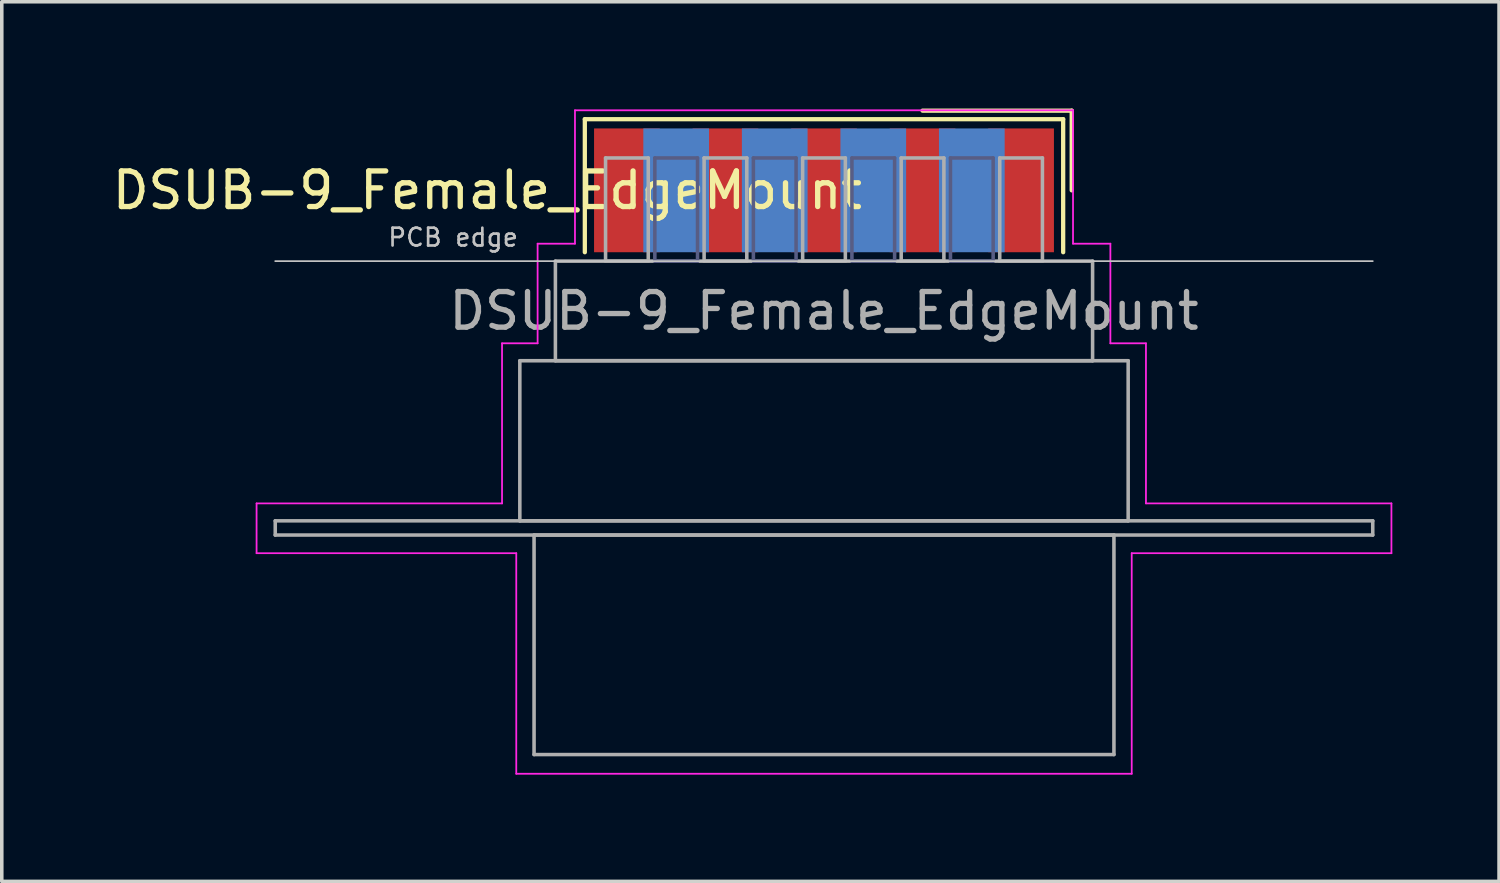
<source format=kicad_pcb>
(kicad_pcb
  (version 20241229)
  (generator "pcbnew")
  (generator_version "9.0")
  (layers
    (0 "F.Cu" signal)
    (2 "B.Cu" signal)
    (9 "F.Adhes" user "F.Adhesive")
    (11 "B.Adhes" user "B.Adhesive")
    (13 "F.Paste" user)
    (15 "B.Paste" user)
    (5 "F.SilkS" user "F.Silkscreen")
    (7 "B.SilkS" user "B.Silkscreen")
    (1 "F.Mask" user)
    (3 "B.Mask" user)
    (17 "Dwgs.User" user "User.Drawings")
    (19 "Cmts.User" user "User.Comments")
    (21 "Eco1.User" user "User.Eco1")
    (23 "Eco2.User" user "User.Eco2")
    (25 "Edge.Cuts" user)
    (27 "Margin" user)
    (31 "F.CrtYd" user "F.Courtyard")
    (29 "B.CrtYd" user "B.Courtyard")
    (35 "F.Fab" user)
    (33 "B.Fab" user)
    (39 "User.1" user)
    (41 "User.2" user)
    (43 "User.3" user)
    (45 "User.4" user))
  (footprint "DSUB-9_Female_EdgeMount"
    (layer "F.Cu")
    (at 20.112 2.3)
    (property "Reference" "DSUB-9_Female_EdgeMount" (at -9.463 0 0) (layer "F.SilkS") (effects (font (size 1 1) (thickness 0.15))))
    (attr smd)
    (fp_line (start -6.723 -2) (end -6.723 1.74) (stroke (width 0.12) (type solid)) (layer "F.SilkS"))
    (fp_line (start 6.723 -2) (end -6.723 -2) (stroke (width 0.12) (type solid)) (layer "F.SilkS"))
    (fp_line (start 6.723 1.74) (end 6.723 -2) (stroke (width 0.12) (type solid)) (layer "F.SilkS"))
    (fp_line (start 6.963 -2.24) (end 2.77 -2.24) (stroke (width 0.12) (type solid)) (layer "F.SilkS"))
    (fp_line (start 6.963 0) (end 6.963 -2.24) (stroke (width 0.12) (type solid)) (layer "F.SilkS"))
    (fp_line (start -15.425 1.99) (end 15.425 1.99) (stroke (width 0.05) (type solid)) (layer "Dwgs.User"))
    (fp_line (start -15.95 8.8) (end -9.05 8.8) (stroke (width 0.05) (type solid)) (layer "F.CrtYd"))
    (fp_line (start -15.95 10.2) (end -15.95 8.8) (stroke (width 0.05) (type solid)) (layer "F.CrtYd"))
    (fp_line (start -9.05 4.3) (end -8.05 4.3) (stroke (width 0.05) (type solid)) (layer "F.CrtYd"))
    (fp_line (start -9.05 8.8) (end -9.05 4.3) (stroke (width 0.05) (type solid)) (layer "F.CrtYd"))
    (fp_line (start -8.65 10.2) (end -15.95 10.2) (stroke (width 0.05) (type solid)) (layer "F.CrtYd"))
    (fp_line (start -8.65 16.4) (end -8.65 10.2) (stroke (width 0.05) (type solid)) (layer "F.CrtYd"))
    (fp_line (start -8.05 1.5) (end -7 1.5) (stroke (width 0.05) (type solid)) (layer "F.CrtYd"))
    (fp_line (start -8.05 4.3) (end -8.05 1.5) (stroke (width 0.05) (type solid)) (layer "F.CrtYd"))
    (fp_line (start -7 -2.25) (end 7 -2.25) (stroke (width 0.05) (type solid)) (layer "F.CrtYd"))
    (fp_line (start -7 1.5) (end -7 -2.25) (stroke (width 0.05) (type solid)) (layer "F.CrtYd"))
    (fp_line (start 7 -2.25) (end 7 1.5) (stroke (width 0.05) (type solid)) (layer "F.CrtYd"))
    (fp_line (start 7 1.5) (end 8.05 1.5) (stroke (width 0.05) (type solid)) (layer "F.CrtYd"))
    (fp_line (start 8.05 1.5) (end 8.05 4.3) (stroke (width 0.05) (type solid)) (layer "F.CrtYd"))
    (fp_line (start 8.05 4.3) (end 9.05 4.3) (stroke (width 0.05) (type solid)) (layer "F.CrtYd"))
    (fp_line (start 8.65 10.2) (end 8.65 16.4) (stroke (width 0.05) (type solid)) (layer "F.CrtYd"))
    (fp_line (start 8.65 16.4) (end -8.65 16.4) (stroke (width 0.05) (type solid)) (layer "F.CrtYd"))
    (fp_line (start 9.05 4.3) (end 9.05 8.8) (stroke (width 0.05) (type solid)) (layer "F.CrtYd"))
    (fp_line (start 9.05 8.8) (end 15.95 8.8) (stroke (width 0.05) (type solid)) (layer "F.CrtYd"))
    (fp_line (start 15.95 8.8) (end 15.95 10.2) (stroke (width 0.05) (type solid)) (layer "F.CrtYd"))
    (fp_line (start 15.95 10.2) (end 8.65 10.2) (stroke (width 0.05) (type solid)) (layer "F.CrtYd"))
    (fp_line (start -4.755 -0.91) (end -4.755 1.99) (stroke (width 0.1) (type solid)) (layer "B.Fab"))
    (fp_line (start -4.755 1.99) (end -3.555 1.99) (stroke (width 0.1) (type solid)) (layer "B.Fab"))
    (fp_line (start -3.555 -0.91) (end -4.755 -0.91) (stroke (width 0.1) (type solid)) (layer "B.Fab"))
    (fp_line (start -3.555 1.99) (end -3.555 -0.91) (stroke (width 0.1) (type solid)) (layer "B.Fab"))
    (fp_line (start -1.985 -0.91) (end -1.985 1.99) (stroke (width 0.1) (type solid)) (layer "B.Fab"))
    (fp_line (start -1.985 1.99) (end -0.785 1.99) (stroke (width 0.1) (type solid)) (layer "B.Fab"))
    (fp_line (start -0.785 -0.91) (end -1.985 -0.91) (stroke (width 0.1) (type solid)) (layer "B.Fab"))
    (fp_line (start -0.785 1.99) (end -0.785 -0.91) (stroke (width 0.1) (type solid)) (layer "B.Fab"))
    (fp_line (start 0.785 -0.91) (end 0.785 1.99) (stroke (width 0.1) (type solid)) (layer "B.Fab"))
    (fp_line (start 0.785 1.99) (end 1.985 1.99) (stroke (width 0.1) (type solid)) (layer "B.Fab"))
    (fp_line (start 1.985 -0.91) (end 0.785 -0.91) (stroke (width 0.1) (type solid)) (layer "B.Fab"))
    (fp_line (start 1.985 1.99) (end 1.985 -0.91) (stroke (width 0.1) (type solid)) (layer "B.Fab"))
    (fp_line (start 3.555 -0.91) (end 3.555 1.99) (stroke (width 0.1) (type solid)) (layer "B.Fab"))
    (fp_line (start 3.555 1.99) (end 4.755 1.99) (stroke (width 0.1) (type solid)) (layer "B.Fab"))
    (fp_line (start 4.755 -0.91) (end 3.555 -0.91) (stroke (width 0.1) (type solid)) (layer "B.Fab"))
    (fp_line (start 4.755 1.99) (end 4.755 -0.91) (stroke (width 0.1) (type solid)) (layer "B.Fab"))
    (fp_line (start -15.425 9.29) (end -15.425 9.69) (stroke (width 0.1) (type solid)) (layer "F.Fab"))
    (fp_line (start -15.425 9.69) (end 15.425 9.69) (stroke (width 0.1) (type solid)) (layer "F.Fab"))
    (fp_line (start -8.55 4.79) (end -8.55 9.29) (stroke (width 0.1) (type solid)) (layer "F.Fab"))
    (fp_line (start -8.55 9.29) (end 8.55 9.29) (stroke (width 0.1) (type solid)) (layer "F.Fab"))
    (fp_line (start -8.15 9.69) (end -8.15 15.86) (stroke (width 0.1) (type solid)) (layer "F.Fab"))
    (fp_line (start -8.15 15.86) (end 8.15 15.86) (stroke (width 0.1) (type solid)) (layer "F.Fab"))
    (fp_line (start -7.55 1.99) (end -7.55 4.79) (stroke (width 0.1) (type solid)) (layer "F.Fab"))
    (fp_line (start -7.55 4.79) (end 7.55 4.79) (stroke (width 0.1) (type solid)) (layer "F.Fab"))
    (fp_line (start -6.14 -0.91) (end -6.14 1.99) (stroke (width 0.1) (type solid)) (layer "F.Fab"))
    (fp_line (start -6.14 1.99) (end -4.94 1.99) (stroke (width 0.1) (type solid)) (layer "F.Fab"))
    (fp_line (start -4.94 -0.91) (end -6.14 -0.91) (stroke (width 0.1) (type solid)) (layer "F.Fab"))
    (fp_line (start -4.94 1.99) (end -4.94 -0.91) (stroke (width 0.1) (type solid)) (layer "F.Fab"))
    (fp_line (start -3.37 -0.91) (end -3.37 1.99) (stroke (width 0.1) (type solid)) (layer "F.Fab"))
    (fp_line (start -3.37 1.99) (end -2.17 1.99) (stroke (width 0.1) (type solid)) (layer "F.Fab"))
    (fp_line (start -2.17 -0.91) (end -3.37 -0.91) (stroke (width 0.1) (type solid)) (layer "F.Fab"))
    (fp_line (start -2.17 1.99) (end -2.17 -0.91) (stroke (width 0.1) (type solid)) (layer "F.Fab"))
    (fp_line (start -0.6 -0.91) (end -0.6 1.99) (stroke (width 0.1) (type solid)) (layer "F.Fab"))
    (fp_line (start -0.6 1.99) (end 0.6 1.99) (stroke (width 0.1) (type solid)) (layer "F.Fab"))
    (fp_line (start 0.6 -0.91) (end -0.6 -0.91) (stroke (width 0.1) (type solid)) (layer "F.Fab"))
    (fp_line (start 0.6 1.99) (end 0.6 -0.91) (stroke (width 0.1) (type solid)) (layer "F.Fab"))
    (fp_line (start 2.17 -0.91) (end 2.17 1.99) (stroke (width 0.1) (type solid)) (layer "F.Fab"))
    (fp_line (start 2.17 1.99) (end 3.37 1.99) (stroke (width 0.1) (type solid)) (layer "F.Fab"))
    (fp_line (start 3.37 -0.91) (end 2.17 -0.91) (stroke (width 0.1) (type solid)) (layer "F.Fab"))
    (fp_line (start 3.37 1.99) (end 3.37 -0.91) (stroke (width 0.1) (type solid)) (layer "F.Fab"))
    (fp_line (start 4.94 -0.91) (end 4.94 1.99) (stroke (width 0.1) (type solid)) (layer "F.Fab"))
    (fp_line (start 4.94 1.99) (end 6.14 1.99) (stroke (width 0.1) (type solid)) (layer "F.Fab"))
    (fp_line (start 6.14 -0.91) (end 4.94 -0.91) (stroke (width 0.1) (type solid)) (layer "F.Fab"))
    (fp_line (start 6.14 1.99) (end 6.14 -0.91) (stroke (width 0.1) (type solid)) (layer "F.Fab"))
    (fp_line (start 7.55 1.99) (end -7.55 1.99) (stroke (width 0.1) (type solid)) (layer "F.Fab"))
    (fp_line (start 7.55 4.79) (end 7.55 1.99) (stroke (width 0.1) (type solid)) (layer "F.Fab"))
    (fp_line (start 8.15 9.69) (end -8.15 9.69) (stroke (width 0.1) (type solid)) (layer "F.Fab"))
    (fp_line (start 8.15 15.86) (end 8.15 9.69) (stroke (width 0.1) (type solid)) (layer "F.Fab"))
    (fp_line (start 8.55 4.79) (end -8.55 4.79) (stroke (width 0.1) (type solid)) (layer "F.Fab"))
    (fp_line (start 8.55 9.29) (end 8.55 4.79) (stroke (width 0.1) (type solid)) (layer "F.Fab"))
    (fp_line (start 15.425 9.29) (end -15.425 9.29) (stroke (width 0.1) (type solid)) (layer "F.Fab"))
    (fp_line (start 15.425 9.69) (end 15.425 9.29) (stroke (width 0.1) (type solid)) (layer "F.Fab"))
    (fp_text user "PCB edge" (at -10.425 1.323 0) (layer "Dwgs.User") (effects (font (size 0.5 0.5) (thickness 0.075))))
    (fp_text user "${REFERENCE}" (at 0 3.39 0) (layer "F.Fab") (effects (font (size 1 1) (thickness 0.15))))
    (pad "1" smd rect (at 5.54 0) (size 1.847 3.48) (layers "F.Cu" "F.Mask" "F.Paste"))
    (pad "2" smd rect (at 2.77 0) (size 1.847 3.48) (layers "F.Cu" "F.Mask" "F.Paste"))
    (pad "3" smd rect (at 0 0) (size 1.847 3.48) (layers "F.Cu" "F.Mask" "F.Paste"))
    (pad "4" smd rect (at -2.77 0) (size 1.847 3.48) (layers "F.Cu" "F.Mask" "F.Paste"))
    (pad "5" smd rect (at -5.54 0) (size 1.847 3.48) (layers "F.Cu" "F.Mask" "F.Paste"))
    (pad "6" smd rect (at 4.155 0) (size 1.847 3.48) (layers "B.Cu" "B.Mask" "B.Paste"))
    (pad "7" smd rect (at 1.385 0) (size 1.847 3.48) (layers "B.Cu" "B.Mask" "B.Paste"))
    (pad "8" smd rect (at -1.385 0) (size 1.847 3.48) (layers "B.Cu" "B.Mask" "B.Paste"))
    (pad "9" smd rect (at -4.155 0) (size 1.847 3.48) (layers "B.Cu" "B.Mask" "B.Paste")))
  (gr_rect
    (start -3 -3)
    (end 39.087 21.725)
    (stroke (width 0.1) (type default))
    (fill no)
    (layer "Edge.Cuts")))
</source>
